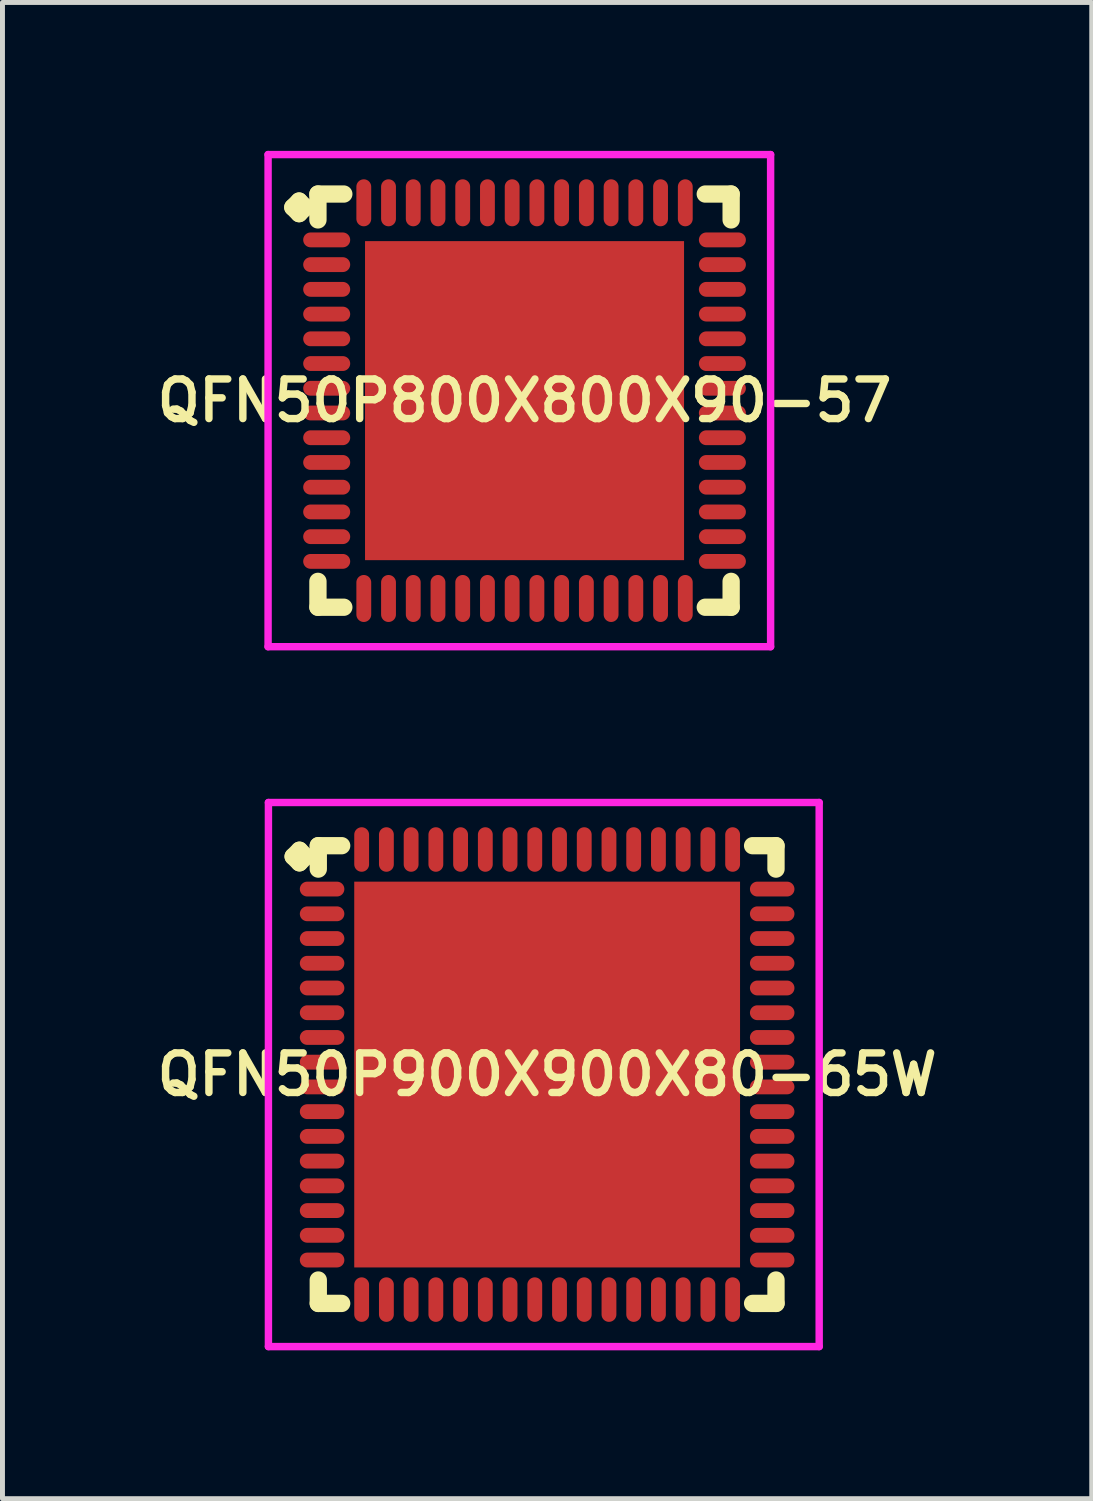
<source format=kicad_pcb>
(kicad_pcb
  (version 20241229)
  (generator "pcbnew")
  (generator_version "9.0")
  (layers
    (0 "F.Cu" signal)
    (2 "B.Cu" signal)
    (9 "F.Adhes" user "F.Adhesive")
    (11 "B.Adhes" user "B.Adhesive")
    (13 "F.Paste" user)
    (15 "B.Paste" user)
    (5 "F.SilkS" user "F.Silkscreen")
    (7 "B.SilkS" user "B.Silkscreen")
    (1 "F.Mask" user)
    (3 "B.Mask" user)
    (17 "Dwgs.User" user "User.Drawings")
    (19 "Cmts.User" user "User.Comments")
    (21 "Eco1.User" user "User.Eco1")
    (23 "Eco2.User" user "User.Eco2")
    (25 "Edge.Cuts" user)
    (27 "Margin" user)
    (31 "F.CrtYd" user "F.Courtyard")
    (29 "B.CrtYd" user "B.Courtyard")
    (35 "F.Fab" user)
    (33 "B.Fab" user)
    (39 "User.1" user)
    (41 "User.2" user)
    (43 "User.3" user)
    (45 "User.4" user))
  (footprint "QFN50P900X900X80-65W"
    (layer "F.Cu")
    (at 8.012 18.675)
    (property "Reference" "QFN50P900X900X80-65W" (at 0 0 0) (layer "F.SilkS") (effects (font (size 0.8 0.8) (thickness 0.15))))
    (attr smd)
    (fp_line (start -5.135 -4.408) (end -5.008 -4.535) (stroke (width 0.35) (type solid)) (layer "F.SilkS"))
    (fp_line (start -5.008 -4.535) (end -4.881 -4.408) (stroke (width 0.35) (type solid)) (layer "F.SilkS"))
    (fp_line (start -5.008 -4.281) (end -5.135 -4.408) (stroke (width 0.35) (type solid)) (layer "F.SilkS"))
    (fp_line (start -4.881 -4.408) (end -5.008 -4.281) (stroke (width 0.35) (type solid)) (layer "F.SilkS"))
    (fp_line (start -4.627 -4.627) (end -4.154 -4.627) (stroke (width 0.35) (type solid)) (layer "F.SilkS"))
    (fp_line (start -4.627 -4.154) (end -4.627 -4.627) (stroke (width 0.35) (type solid)) (layer "F.SilkS"))
    (fp_line (start -4.627 4.154) (end -4.627 4.627) (stroke (width 0.35) (type solid)) (layer "F.SilkS"))
    (fp_line (start -4.627 4.627) (end -4.154 4.627) (stroke (width 0.35) (type solid)) (layer "F.SilkS"))
    (fp_line (start 4.154 -4.627) (end 4.627 -4.627) (stroke (width 0.35) (type solid)) (layer "F.SilkS"))
    (fp_line (start 4.154 4.627) (end 4.627 4.627) (stroke (width 0.35) (type solid)) (layer "F.SilkS"))
    (fp_line (start 4.627 -4.627) (end 4.627 -4.154) (stroke (width 0.35) (type solid)) (layer "F.SilkS"))
    (fp_line (start 4.627 4.627) (end 4.627 4.154) (stroke (width 0.35) (type solid)) (layer "F.SilkS"))
    (fp_line (start -5.635 -5.5) (end 5.5 -5.5) (stroke (width 0.15) (type solid)) (layer "F.CrtYd"))
    (fp_line (start -5.635 5.5) (end -5.635 -5.5) (stroke (width 0.15) (type solid)) (layer "F.CrtYd"))
    (fp_line (start 5.5 -5.5) (end 5.5 5.5) (stroke (width 0.15) (type solid)) (layer "F.CrtYd"))
    (fp_line (start 5.5 5.5) (end -5.635 5.5) (stroke (width 0.15) (type solid)) (layer "F.CrtYd"))
    (pad "1" smd oval (at -4.55 -3.75) (size 0.9 0.3) (layers "F.Cu" "F.Mask" "F.Paste"))
    (pad "2" smd oval (at -4.55 -3.25) (size 0.9 0.3) (layers "F.Cu" "F.Mask" "F.Paste"))
    (pad "3" smd oval (at -4.55 -2.75) (size 0.9 0.3) (layers "F.Cu" "F.Mask" "F.Paste"))
    (pad "4" smd oval (at -4.55 -2.25) (size 0.9 0.3) (layers "F.Cu" "F.Mask" "F.Paste"))
    (pad "5" smd oval (at -4.55 -1.75) (size 0.9 0.3) (layers "F.Cu" "F.Mask" "F.Paste"))
    (pad "6" smd oval (at -4.55 -1.25) (size 0.9 0.3) (layers "F.Cu" "F.Mask" "F.Paste"))
    (pad "7" smd oval (at -4.55 -0.75) (size 0.9 0.3) (layers "F.Cu" "F.Mask" "F.Paste"))
    (pad "8" smd oval (at -4.55 -0.25) (size 0.9 0.3) (layers "F.Cu" "F.Mask" "F.Paste"))
    (pad "9" smd oval (at -4.55 0.25) (size 0.9 0.3) (layers "F.Cu" "F.Mask" "F.Paste"))
    (pad "10" smd oval (at -4.55 0.75) (size 0.9 0.3) (layers "F.Cu" "F.Mask" "F.Paste"))
    (pad "11" smd oval (at -4.55 1.25) (size 0.9 0.3) (layers "F.Cu" "F.Mask" "F.Paste"))
    (pad "12" smd oval (at -4.55 1.75) (size 0.9 0.3) (layers "F.Cu" "F.Mask" "F.Paste"))
    (pad "13" smd oval (at -4.55 2.25) (size 0.9 0.3) (layers "F.Cu" "F.Mask" "F.Paste"))
    (pad "14" smd oval (at -4.55 2.75) (size 0.9 0.3) (layers "F.Cu" "F.Mask" "F.Paste"))
    (pad "15" smd oval (at -4.55 3.25) (size 0.9 0.3) (layers "F.Cu" "F.Mask" "F.Paste"))
    (pad "16" smd oval (at -4.55 3.75) (size 0.9 0.3) (layers "F.Cu" "F.Mask" "F.Paste"))
    (pad "17" smd oval (at -3.75 4.55) (size 0.3 0.9) (layers "F.Cu" "F.Mask" "F.Paste"))
    (pad "18" smd oval (at -3.25 4.55) (size 0.3 0.9) (layers "F.Cu" "F.Mask" "F.Paste"))
    (pad "19" smd oval (at -2.75 4.55) (size 0.3 0.9) (layers "F.Cu" "F.Mask" "F.Paste"))
    (pad "20" smd oval (at -2.25 4.55) (size 0.3 0.9) (layers "F.Cu" "F.Mask" "F.Paste"))
    (pad "21" smd oval (at -1.75 4.55) (size 0.3 0.9) (layers "F.Cu" "F.Mask" "F.Paste"))
    (pad "22" smd oval (at -1.25 4.55) (size 0.3 0.9) (layers "F.Cu" "F.Mask" "F.Paste"))
    (pad "23" smd oval (at -0.75 4.55) (size 0.3 0.9) (layers "F.Cu" "F.Mask" "F.Paste"))
    (pad "24" smd oval (at -0.25 4.55) (size 0.3 0.9) (layers "F.Cu" "F.Mask" "F.Paste"))
    (pad "25" smd oval (at 0.25 4.55) (size 0.3 0.9) (layers "F.Cu" "F.Mask" "F.Paste"))
    (pad "26" smd oval (at 0.75 4.55) (size 0.3 0.9) (layers "F.Cu" "F.Mask" "F.Paste"))
    (pad "27" smd oval (at 1.25 4.55) (size 0.3 0.9) (layers "F.Cu" "F.Mask" "F.Paste"))
    (pad "28" smd oval (at 1.75 4.55) (size 0.3 0.9) (layers "F.Cu" "F.Mask" "F.Paste"))
    (pad "29" smd oval (at 2.25 4.55) (size 0.3 0.9) (layers "F.Cu" "F.Mask" "F.Paste"))
    (pad "30" smd oval (at 2.75 4.55) (size 0.3 0.9) (layers "F.Cu" "F.Mask" "F.Paste"))
    (pad "31" smd oval (at 3.25 4.55) (size 0.3 0.9) (layers "F.Cu" "F.Mask" "F.Paste"))
    (pad "32" smd oval (at 3.75 4.55) (size 0.3 0.9) (layers "F.Cu" "F.Mask" "F.Paste"))
    (pad "33" smd oval (at 4.55 3.75) (size 0.9 0.3) (layers "F.Cu" "F.Mask" "F.Paste"))
    (pad "34" smd oval (at 4.55 3.25) (size 0.9 0.3) (layers "F.Cu" "F.Mask" "F.Paste"))
    (pad "35" smd oval (at 4.55 2.75) (size 0.9 0.3) (layers "F.Cu" "F.Mask" "F.Paste"))
    (pad "36" smd oval (at 4.55 2.25) (size 0.9 0.3) (layers "F.Cu" "F.Mask" "F.Paste"))
    (pad "37" smd oval (at 4.55 1.75) (size 0.9 0.3) (layers "F.Cu" "F.Mask" "F.Paste"))
    (pad "38" smd oval (at 4.55 1.25) (size 0.9 0.3) (layers "F.Cu" "F.Mask" "F.Paste"))
    (pad "39" smd oval (at 4.55 0.75) (size 0.9 0.3) (layers "F.Cu" "F.Mask" "F.Paste"))
    (pad "40" smd oval (at 4.55 0.25) (size 0.9 0.3) (layers "F.Cu" "F.Mask" "F.Paste"))
    (pad "41" smd oval (at 4.55 -0.25) (size 0.9 0.3) (layers "F.Cu" "F.Mask" "F.Paste"))
    (pad "42" smd oval (at 4.55 -0.75) (size 0.9 0.3) (layers "F.Cu" "F.Mask" "F.Paste"))
    (pad "43" smd oval (at 4.55 -1.25) (size 0.9 0.3) (layers "F.Cu" "F.Mask" "F.Paste"))
    (pad "44" smd oval (at 4.55 -1.75) (size 0.9 0.3) (layers "F.Cu" "F.Mask" "F.Paste"))
    (pad "45" smd oval (at 4.55 -2.25) (size 0.9 0.3) (layers "F.Cu" "F.Mask" "F.Paste"))
    (pad "46" smd oval (at 4.55 -2.75) (size 0.9 0.3) (layers "F.Cu" "F.Mask" "F.Paste"))
    (pad "47" smd oval (at 4.55 -3.25) (size 0.9 0.3) (layers "F.Cu" "F.Mask" "F.Paste"))
    (pad "48" smd oval (at 4.55 -3.75) (size 0.9 0.3) (layers "F.Cu" "F.Mask" "F.Paste"))
    (pad "49" smd oval (at 3.75 -4.55) (size 0.3 0.9) (layers "F.Cu" "F.Mask" "F.Paste"))
    (pad "50" smd oval (at 3.25 -4.55) (size 0.3 0.9) (layers "F.Cu" "F.Mask" "F.Paste"))
    (pad "51" smd oval (at 2.75 -4.55) (size 0.3 0.9) (layers "F.Cu" "F.Mask" "F.Paste"))
    (pad "52" smd oval (at 2.25 -4.55) (size 0.3 0.9) (layers "F.Cu" "F.Mask" "F.Paste"))
    (pad "53" smd oval (at 1.75 -4.55) (size 0.3 0.9) (layers "F.Cu" "F.Mask" "F.Paste"))
    (pad "54" smd oval (at 1.25 -4.55) (size 0.3 0.9) (layers "F.Cu" "F.Mask" "F.Paste"))
    (pad "55" smd oval (at 0.75 -4.55) (size 0.3 0.9) (layers "F.Cu" "F.Mask" "F.Paste"))
    (pad "56" smd oval (at 0.25 -4.55) (size 0.3 0.9) (layers "F.Cu" "F.Mask" "F.Paste"))
    (pad "57" smd oval (at -0.25 -4.55) (size 0.3 0.9) (layers "F.Cu" "F.Mask" "F.Paste"))
    (pad "58" smd oval (at -0.75 -4.55) (size 0.3 0.9) (layers "F.Cu" "F.Mask" "F.Paste"))
    (pad "59" smd oval (at -1.25 -4.55) (size 0.3 0.9) (layers "F.Cu" "F.Mask" "F.Paste"))
    (pad "60" smd oval (at -1.75 -4.55) (size 0.3 0.9) (layers "F.Cu" "F.Mask" "F.Paste"))
    (pad "61" smd oval (at -2.25 -4.55) (size 0.3 0.9) (layers "F.Cu" "F.Mask" "F.Paste"))
    (pad "62" smd oval (at -2.75 -4.55) (size 0.3 0.9) (layers "F.Cu" "F.Mask" "F.Paste"))
    (pad "63" smd oval (at -3.25 -4.55) (size 0.3 0.9) (layers "F.Cu" "F.Mask" "F.Paste"))
    (pad "64" smd oval (at -3.75 -4.55) (size 0.3 0.9) (layers "F.Cu" "F.Mask" "F.Paste"))
    (pad "65" smd rect (at 0 0) (size 7.8 7.8) (layers "F.Cu" "F.Mask" "F.Paste")))
  (footprint "QFN50P800X800X90-57"
    (layer "F.Cu")
    (at 7.555 5.05)
    (property "Reference" "QFN50P800X800X90-57" (at 0 0 0) (layer "F.SilkS") (effects (font (size 0.8 0.8) (thickness 0.15))))
    (attr smd)
    (fp_line (start -4.685 -3.908) (end -4.558 -4.035) (stroke (width 0.35) (type solid)) (layer "F.SilkS"))
    (fp_line (start -4.558 -4.035) (end -4.431 -3.908) (stroke (width 0.35) (type solid)) (layer "F.SilkS"))
    (fp_line (start -4.558 -3.781) (end -4.685 -3.908) (stroke (width 0.35) (type solid)) (layer "F.SilkS"))
    (fp_line (start -4.431 -3.908) (end -4.558 -3.781) (stroke (width 0.35) (type solid)) (layer "F.SilkS"))
    (fp_line (start -4.177 -4.177) (end -3.654 -4.177) (stroke (width 0.35) (type solid)) (layer "F.SilkS"))
    (fp_line (start -4.177 -3.654) (end -4.177 -4.177) (stroke (width 0.35) (type solid)) (layer "F.SilkS"))
    (fp_line (start -4.177 3.654) (end -4.177 4.177) (stroke (width 0.35) (type solid)) (layer "F.SilkS"))
    (fp_line (start -4.177 4.177) (end -3.654 4.177) (stroke (width 0.35) (type solid)) (layer "F.SilkS"))
    (fp_line (start 3.654 -4.177) (end 4.177 -4.177) (stroke (width 0.35) (type solid)) (layer "F.SilkS"))
    (fp_line (start 3.654 4.177) (end 4.177 4.177) (stroke (width 0.35) (type solid)) (layer "F.SilkS"))
    (fp_line (start 4.177 -4.177) (end 4.177 -3.654) (stroke (width 0.35) (type solid)) (layer "F.SilkS"))
    (fp_line (start 4.177 4.177) (end 4.177 3.654) (stroke (width 0.35) (type solid)) (layer "F.SilkS"))
    (fp_line (start -5.185 -4.975) (end 4.975 -4.975) (stroke (width 0.15) (type solid)) (layer "F.CrtYd"))
    (fp_line (start -5.185 4.975) (end -5.185 -4.975) (stroke (width 0.15) (type solid)) (layer "F.CrtYd"))
    (fp_line (start 4.975 -4.975) (end 4.975 4.975) (stroke (width 0.15) (type solid)) (layer "F.CrtYd"))
    (fp_line (start 4.975 4.975) (end -5.185 4.975) (stroke (width 0.15) (type solid)) (layer "F.CrtYd"))
    (pad "1" smd oval (at -4 -3.25) (size 0.95 0.3) (layers "F.Cu" "F.Mask" "F.Paste"))
    (pad "2" smd oval (at -4 -2.75) (size 0.95 0.3) (layers "F.Cu" "F.Mask" "F.Paste"))
    (pad "3" smd oval (at -4 -2.25) (size 0.95 0.3) (layers "F.Cu" "F.Mask" "F.Paste"))
    (pad "4" smd oval (at -4 -1.75) (size 0.95 0.3) (layers "F.Cu" "F.Mask" "F.Paste"))
    (pad "5" smd oval (at -4 -1.25) (size 0.95 0.3) (layers "F.Cu" "F.Mask" "F.Paste"))
    (pad "6" smd oval (at -4 -0.75) (size 0.95 0.3) (layers "F.Cu" "F.Mask" "F.Paste"))
    (pad "7" smd oval (at -4 -0.25) (size 0.95 0.3) (layers "F.Cu" "F.Mask" "F.Paste"))
    (pad "8" smd oval (at -4 0.25) (size 0.95 0.3) (layers "F.Cu" "F.Mask" "F.Paste"))
    (pad "9" smd oval (at -4 0.75) (size 0.95 0.3) (layers "F.Cu" "F.Mask" "F.Paste"))
    (pad "10" smd oval (at -4 1.25) (size 0.95 0.3) (layers "F.Cu" "F.Mask" "F.Paste"))
    (pad "11" smd oval (at -4 1.75) (size 0.95 0.3) (layers "F.Cu" "F.Mask" "F.Paste"))
    (pad "12" smd oval (at -4 2.25) (size 0.95 0.3) (layers "F.Cu" "F.Mask" "F.Paste"))
    (pad "13" smd oval (at -4 2.75) (size 0.95 0.3) (layers "F.Cu" "F.Mask" "F.Paste"))
    (pad "14" smd oval (at -4 3.25) (size 0.95 0.3) (layers "F.Cu" "F.Mask" "F.Paste"))
    (pad "15" smd oval (at -3.25 4) (size 0.3 0.95) (layers "F.Cu" "F.Mask" "F.Paste"))
    (pad "16" smd oval (at -2.75 4) (size 0.3 0.95) (layers "F.Cu" "F.Mask" "F.Paste"))
    (pad "17" smd oval (at -2.25 4) (size 0.3 0.95) (layers "F.Cu" "F.Mask" "F.Paste"))
    (pad "18" smd oval (at -1.75 4) (size 0.3 0.95) (layers "F.Cu" "F.Mask" "F.Paste"))
    (pad "19" smd oval (at -1.25 4) (size 0.3 0.95) (layers "F.Cu" "F.Mask" "F.Paste"))
    (pad "20" smd oval (at -0.75 4) (size 0.3 0.95) (layers "F.Cu" "F.Mask" "F.Paste"))
    (pad "21" smd oval (at -0.25 4) (size 0.3 0.95) (layers "F.Cu" "F.Mask" "F.Paste"))
    (pad "22" smd oval (at 0.25 4) (size 0.3 0.95) (layers "F.Cu" "F.Mask" "F.Paste"))
    (pad "23" smd oval (at 0.75 4) (size 0.3 0.95) (layers "F.Cu" "F.Mask" "F.Paste"))
    (pad "24" smd oval (at 1.25 4) (size 0.3 0.95) (layers "F.Cu" "F.Mask" "F.Paste"))
    (pad "25" smd oval (at 1.75 4) (size 0.3 0.95) (layers "F.Cu" "F.Mask" "F.Paste"))
    (pad "26" smd oval (at 2.25 4) (size 0.3 0.95) (layers "F.Cu" "F.Mask" "F.Paste"))
    (pad "27" smd oval (at 2.75 4) (size 0.3 0.95) (layers "F.Cu" "F.Mask" "F.Paste"))
    (pad "28" smd oval (at 3.25 4) (size 0.3 0.95) (layers "F.Cu" "F.Mask" "F.Paste"))
    (pad "29" smd oval (at 4 3.25) (size 0.95 0.3) (layers "F.Cu" "F.Mask" "F.Paste"))
    (pad "30" smd oval (at 4 2.75) (size 0.95 0.3) (layers "F.Cu" "F.Mask" "F.Paste"))
    (pad "31" smd oval (at 4 2.25) (size 0.95 0.3) (layers "F.Cu" "F.Mask" "F.Paste"))
    (pad "32" smd oval (at 4 1.75) (size 0.95 0.3) (layers "F.Cu" "F.Mask" "F.Paste"))
    (pad "33" smd oval (at 4 1.25) (size 0.95 0.3) (layers "F.Cu" "F.Mask" "F.Paste"))
    (pad "34" smd oval (at 4 0.75) (size 0.95 0.3) (layers "F.Cu" "F.Mask" "F.Paste"))
    (pad "35" smd oval (at 4 0.25) (size 0.95 0.3) (layers "F.Cu" "F.Mask" "F.Paste"))
    (pad "36" smd oval (at 4 -0.25) (size 0.95 0.3) (layers "F.Cu" "F.Mask" "F.Paste"))
    (pad "37" smd oval (at 4 -0.75) (size 0.95 0.3) (layers "F.Cu" "F.Mask" "F.Paste"))
    (pad "38" smd oval (at 4 -1.25) (size 0.95 0.3) (layers "F.Cu" "F.Mask" "F.Paste"))
    (pad "39" smd oval (at 4 -1.75) (size 0.95 0.3) (layers "F.Cu" "F.Mask" "F.Paste"))
    (pad "40" smd oval (at 4 -2.25) (size 0.95 0.3) (layers "F.Cu" "F.Mask" "F.Paste"))
    (pad "41" smd oval (at 4 -2.75) (size 0.95 0.3) (layers "F.Cu" "F.Mask" "F.Paste"))
    (pad "42" smd oval (at 4 -3.25) (size 0.95 0.3) (layers "F.Cu" "F.Mask" "F.Paste"))
    (pad "43" smd oval (at 3.25 -4) (size 0.3 0.95) (layers "F.Cu" "F.Mask" "F.Paste"))
    (pad "44" smd oval (at 2.75 -4) (size 0.3 0.95) (layers "F.Cu" "F.Mask" "F.Paste"))
    (pad "45" smd oval (at 2.25 -4) (size 0.3 0.95) (layers "F.Cu" "F.Mask" "F.Paste"))
    (pad "46" smd oval (at 1.75 -4) (size 0.3 0.95) (layers "F.Cu" "F.Mask" "F.Paste"))
    (pad "47" smd oval (at 1.25 -4) (size 0.3 0.95) (layers "F.Cu" "F.Mask" "F.Paste"))
    (pad "48" smd oval (at 0.75 -4) (size 0.3 0.95) (layers "F.Cu" "F.Mask" "F.Paste"))
    (pad "49" smd oval (at 0.25 -4) (size 0.3 0.95) (layers "F.Cu" "F.Mask" "F.Paste"))
    (pad "50" smd oval (at -0.25 -4) (size 0.3 0.95) (layers "F.Cu" "F.Mask" "F.Paste"))
    (pad "51" smd oval (at -0.75 -4) (size 0.3 0.95) (layers "F.Cu" "F.Mask" "F.Paste"))
    (pad "52" smd oval (at -1.25 -4) (size 0.3 0.95) (layers "F.Cu" "F.Mask" "F.Paste"))
    (pad "53" smd oval (at -1.75 -4) (size 0.3 0.95) (layers "F.Cu" "F.Mask" "F.Paste"))
    (pad "54" smd oval (at -2.25 -4) (size 0.3 0.95) (layers "F.Cu" "F.Mask" "F.Paste"))
    (pad "55" smd oval (at -2.75 -4) (size 0.3 0.95) (layers "F.Cu" "F.Mask" "F.Paste"))
    (pad "56" smd oval (at -3.25 -4) (size 0.3 0.95) (layers "F.Cu" "F.Mask" "F.Paste"))
    (pad "57" smd rect (at 0 0) (size 6.45 6.45) (layers "F.Cu" "F.Mask" "F.Paste")))
  (gr_rect
    (start -3 -3)
    (end 19.023 27.25)
    (stroke (width 0.1) (type default))
    (fill no)
    (layer "Edge.Cuts")))
</source>
